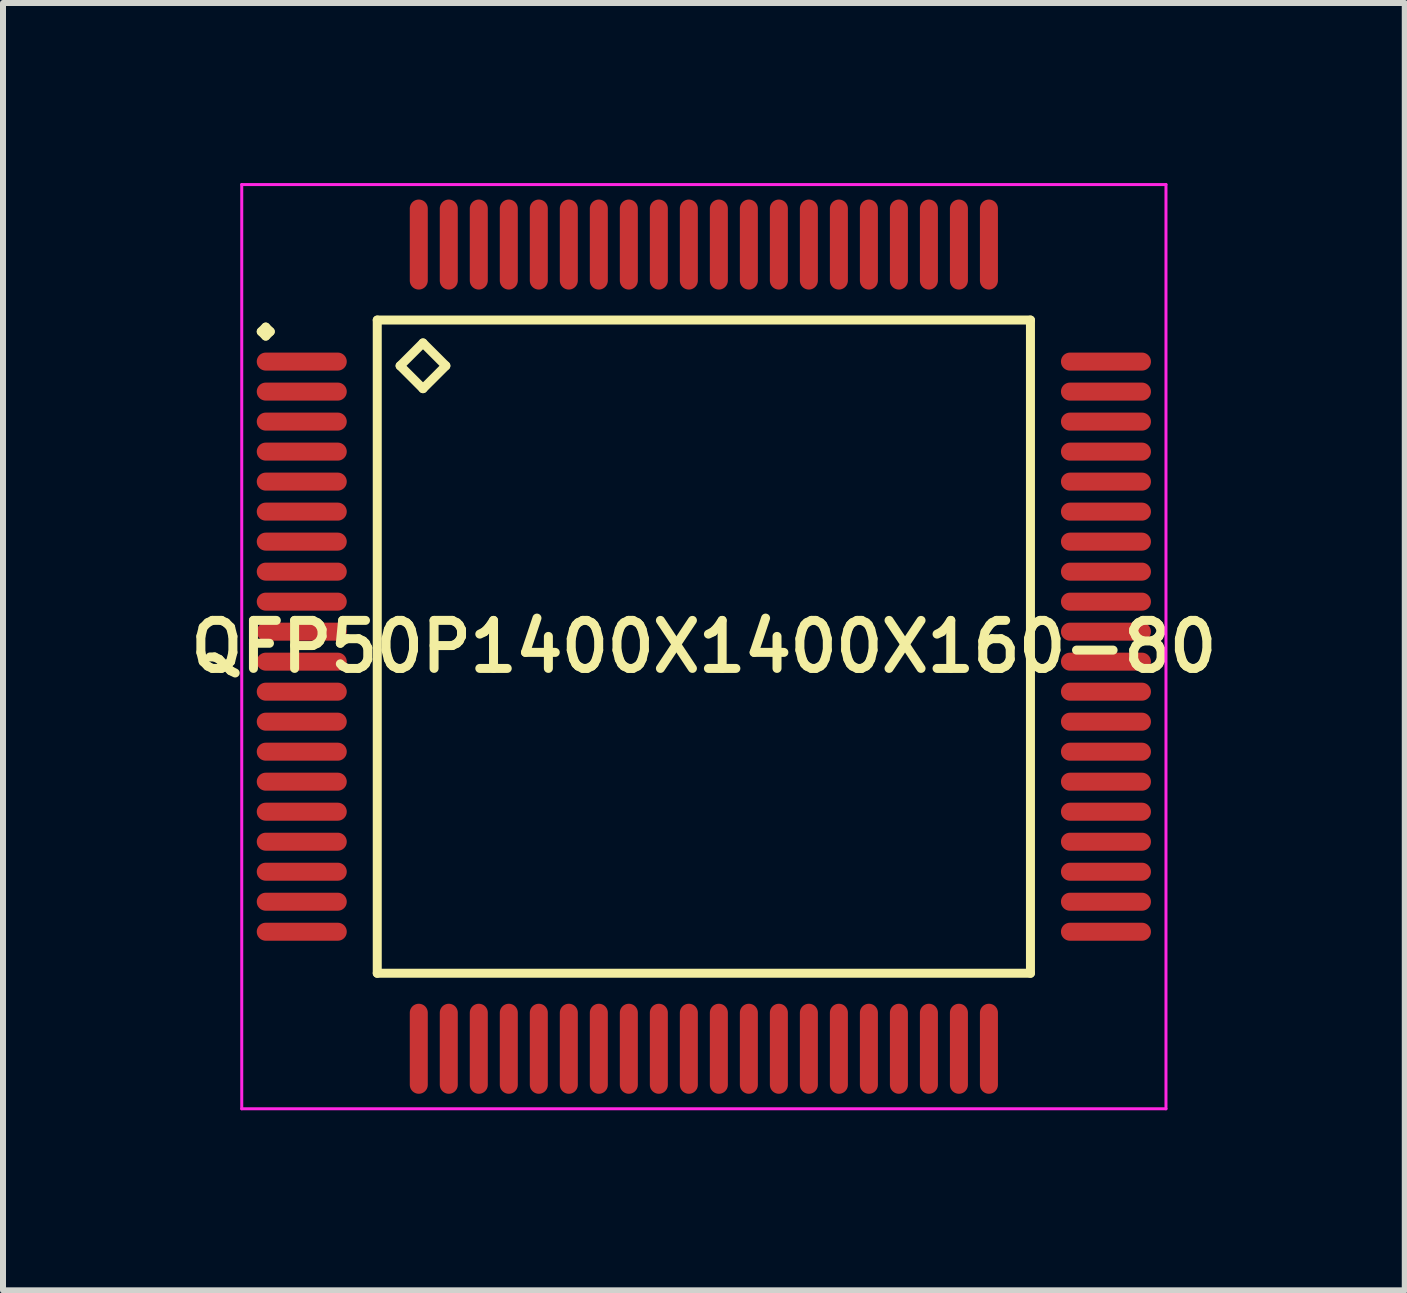
<source format=kicad_pcb>
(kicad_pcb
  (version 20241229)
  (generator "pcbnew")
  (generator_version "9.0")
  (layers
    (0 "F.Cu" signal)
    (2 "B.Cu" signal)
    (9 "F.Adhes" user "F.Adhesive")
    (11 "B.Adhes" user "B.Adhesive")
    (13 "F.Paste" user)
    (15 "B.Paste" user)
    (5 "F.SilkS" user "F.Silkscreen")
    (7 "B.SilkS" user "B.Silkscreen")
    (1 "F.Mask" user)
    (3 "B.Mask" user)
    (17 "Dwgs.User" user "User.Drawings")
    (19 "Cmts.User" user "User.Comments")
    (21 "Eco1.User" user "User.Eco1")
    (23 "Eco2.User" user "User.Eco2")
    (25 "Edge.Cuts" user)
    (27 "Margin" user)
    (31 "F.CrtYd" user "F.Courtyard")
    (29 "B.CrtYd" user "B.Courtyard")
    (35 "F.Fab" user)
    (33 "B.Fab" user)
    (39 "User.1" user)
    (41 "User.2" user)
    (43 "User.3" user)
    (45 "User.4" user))
  (footprint "QFP50P1400X1400X160-80"
    (layer "F.Cu")
    (at 8.678 7.725)
    (property "Reference" "QFP50P1400X1400X160-80" (at 0 0 0) (layer "F.SilkS") (effects (font (size 0.8 0.8) (thickness 0.15))))
    (attr smd)
    (fp_line (start -7.375 -5.25) (end -7.3 -5.325) (stroke (width 0.15) (type solid)) (layer "F.SilkS"))
    (fp_line (start -7.3 -5.325) (end -7.225 -5.25) (stroke (width 0.15) (type solid)) (layer "F.SilkS"))
    (fp_line (start -7.3 -5.175) (end -7.375 -5.25) (stroke (width 0.15) (type solid)) (layer "F.SilkS"))
    (fp_line (start -7.225 -5.25) (end -7.3 -5.175) (stroke (width 0.15) (type solid)) (layer "F.SilkS"))
    (fp_line (start -5.442 -5.442) (end -5.442 5.442) (stroke (width 0.15) (type solid)) (layer "F.SilkS"))
    (fp_line (start -5.442 5.442) (end 5.442 5.442) (stroke (width 0.15) (type solid)) (layer "F.SilkS"))
    (fp_line (start -5.061 -4.68) (end -4.68 -5.061) (stroke (width 0.15) (type solid)) (layer "F.SilkS"))
    (fp_line (start -4.68 -5.061) (end -4.299 -4.68) (stroke (width 0.15) (type solid)) (layer "F.SilkS"))
    (fp_line (start -4.68 -4.299) (end -5.061 -4.68) (stroke (width 0.15) (type solid)) (layer "F.SilkS"))
    (fp_line (start -4.299 -4.68) (end -4.68 -4.299) (stroke (width 0.15) (type solid)) (layer "F.SilkS"))
    (fp_line (start 5.442 -5.442) (end -5.442 -5.442) (stroke (width 0.15) (type solid)) (layer "F.SilkS"))
    (fp_line (start 5.442 5.442) (end 5.442 -5.442) (stroke (width 0.15) (type solid)) (layer "F.SilkS"))
    (fp_line (start -7.7 -7.7) (end 7.7 -7.7) (stroke (width 0.05) (type solid)) (layer "F.CrtYd"))
    (fp_line (start -7.7 7.7) (end -7.7 -7.7) (stroke (width 0.05) (type solid)) (layer "F.CrtYd"))
    (fp_line (start 7.7 -7.7) (end 7.7 7.7) (stroke (width 0.05) (type solid)) (layer "F.CrtYd"))
    (fp_line (start 7.7 7.7) (end -7.7 7.7) (stroke (width 0.05) (type solid)) (layer "F.CrtYd"))
    (pad "1" smd oval (at -6.7 -4.75) (size 1.5 0.3) (layers "F.Cu" "F.Mask" "F.Paste"))
    (pad "2" smd oval (at -6.7 -4.25) (size 1.5 0.3) (layers "F.Cu" "F.Mask" "F.Paste"))
    (pad "3" smd oval (at -6.7 -3.75) (size 1.5 0.3) (layers "F.Cu" "F.Mask" "F.Paste"))
    (pad "4" smd oval (at -6.7 -3.25) (size 1.5 0.3) (layers "F.Cu" "F.Mask" "F.Paste"))
    (pad "5" smd oval (at -6.7 -2.75) (size 1.5 0.3) (layers "F.Cu" "F.Mask" "F.Paste"))
    (pad "6" smd oval (at -6.7 -2.25) (size 1.5 0.3) (layers "F.Cu" "F.Mask" "F.Paste"))
    (pad "7" smd oval (at -6.7 -1.75) (size 1.5 0.3) (layers "F.Cu" "F.Mask" "F.Paste"))
    (pad "8" smd oval (at -6.7 -1.25) (size 1.5 0.3) (layers "F.Cu" "F.Mask" "F.Paste"))
    (pad "9" smd oval (at -6.7 -0.75) (size 1.5 0.3) (layers "F.Cu" "F.Mask" "F.Paste"))
    (pad "10" smd oval (at -6.7 -0.25) (size 1.5 0.3) (layers "F.Cu" "F.Mask" "F.Paste"))
    (pad "11" smd oval (at -6.7 0.25) (size 1.5 0.3) (layers "F.Cu" "F.Mask" "F.Paste"))
    (pad "12" smd oval (at -6.7 0.75) (size 1.5 0.3) (layers "F.Cu" "F.Mask" "F.Paste"))
    (pad "13" smd oval (at -6.7 1.25) (size 1.5 0.3) (layers "F.Cu" "F.Mask" "F.Paste"))
    (pad "14" smd oval (at -6.7 1.75) (size 1.5 0.3) (layers "F.Cu" "F.Mask" "F.Paste"))
    (pad "15" smd oval (at -6.7 2.25) (size 1.5 0.3) (layers "F.Cu" "F.Mask" "F.Paste"))
    (pad "16" smd oval (at -6.7 2.75) (size 1.5 0.3) (layers "F.Cu" "F.Mask" "F.Paste"))
    (pad "17" smd oval (at -6.7 3.25) (size 1.5 0.3) (layers "F.Cu" "F.Mask" "F.Paste"))
    (pad "18" smd oval (at -6.7 3.75) (size 1.5 0.3) (layers "F.Cu" "F.Mask" "F.Paste"))
    (pad "19" smd oval (at -6.7 4.25) (size 1.5 0.3) (layers "F.Cu" "F.Mask" "F.Paste"))
    (pad "20" smd oval (at -6.7 4.75) (size 1.5 0.3) (layers "F.Cu" "F.Mask" "F.Paste"))
    (pad "21" smd oval (at -4.75 6.7) (size 0.3 1.5) (layers "F.Cu" "F.Mask" "F.Paste"))
    (pad "22" smd oval (at -4.25 6.7) (size 0.3 1.5) (layers "F.Cu" "F.Mask" "F.Paste"))
    (pad "23" smd oval (at -3.75 6.7) (size 0.3 1.5) (layers "F.Cu" "F.Mask" "F.Paste"))
    (pad "24" smd oval (at -3.25 6.7) (size 0.3 1.5) (layers "F.Cu" "F.Mask" "F.Paste"))
    (pad "25" smd oval (at -2.75 6.7) (size 0.3 1.5) (layers "F.Cu" "F.Mask" "F.Paste"))
    (pad "26" smd oval (at -2.25 6.7) (size 0.3 1.5) (layers "F.Cu" "F.Mask" "F.Paste"))
    (pad "27" smd oval (at -1.75 6.7) (size 0.3 1.5) (layers "F.Cu" "F.Mask" "F.Paste"))
    (pad "28" smd oval (at -1.25 6.7) (size 0.3 1.5) (layers "F.Cu" "F.Mask" "F.Paste"))
    (pad "29" smd oval (at -0.75 6.7) (size 0.3 1.5) (layers "F.Cu" "F.Mask" "F.Paste"))
    (pad "30" smd oval (at -0.25 6.7) (size 0.3 1.5) (layers "F.Cu" "F.Mask" "F.Paste"))
    (pad "31" smd oval (at 0.25 6.7) (size 0.3 1.5) (layers "F.Cu" "F.Mask" "F.Paste"))
    (pad "32" smd oval (at 0.75 6.7) (size 0.3 1.5) (layers "F.Cu" "F.Mask" "F.Paste"))
    (pad "33" smd oval (at 1.25 6.7) (size 0.3 1.5) (layers "F.Cu" "F.Mask" "F.Paste"))
    (pad "34" smd oval (at 1.75 6.7) (size 0.3 1.5) (layers "F.Cu" "F.Mask" "F.Paste"))
    (pad "35" smd oval (at 2.25 6.7) (size 0.3 1.5) (layers "F.Cu" "F.Mask" "F.Paste"))
    (pad "36" smd oval (at 2.75 6.7) (size 0.3 1.5) (layers "F.Cu" "F.Mask" "F.Paste"))
    (pad "37" smd oval (at 3.25 6.7) (size 0.3 1.5) (layers "F.Cu" "F.Mask" "F.Paste"))
    (pad "38" smd oval (at 3.75 6.7) (size 0.3 1.5) (layers "F.Cu" "F.Mask" "F.Paste"))
    (pad "39" smd oval (at 4.25 6.7) (size 0.3 1.5) (layers "F.Cu" "F.Mask" "F.Paste"))
    (pad "40" smd oval (at 4.75 6.7) (size 0.3 1.5) (layers "F.Cu" "F.Mask" "F.Paste"))
    (pad "41" smd oval (at 6.7 4.75) (size 1.5 0.3) (layers "F.Cu" "F.Mask" "F.Paste"))
    (pad "42" smd oval (at 6.7 4.25) (size 1.5 0.3) (layers "F.Cu" "F.Mask" "F.Paste"))
    (pad "43" smd oval (at 6.7 3.75) (size 1.5 0.3) (layers "F.Cu" "F.Mask" "F.Paste"))
    (pad "44" smd oval (at 6.7 3.25) (size 1.5 0.3) (layers "F.Cu" "F.Mask" "F.Paste"))
    (pad "45" smd oval (at 6.7 2.75) (size 1.5 0.3) (layers "F.Cu" "F.Mask" "F.Paste"))
    (pad "46" smd oval (at 6.7 2.25) (size 1.5 0.3) (layers "F.Cu" "F.Mask" "F.Paste"))
    (pad "47" smd oval (at 6.7 1.75) (size 1.5 0.3) (layers "F.Cu" "F.Mask" "F.Paste"))
    (pad "48" smd oval (at 6.7 1.25) (size 1.5 0.3) (layers "F.Cu" "F.Mask" "F.Paste"))
    (pad "49" smd oval (at 6.7 0.75) (size 1.5 0.3) (layers "F.Cu" "F.Mask" "F.Paste"))
    (pad "50" smd oval (at 6.7 0.25) (size 1.5 0.3) (layers "F.Cu" "F.Mask" "F.Paste"))
    (pad "51" smd oval (at 6.7 -0.25) (size 1.5 0.3) (layers "F.Cu" "F.Mask" "F.Paste"))
    (pad "52" smd oval (at 6.7 -0.75) (size 1.5 0.3) (layers "F.Cu" "F.Mask" "F.Paste"))
    (pad "53" smd oval (at 6.7 -1.25) (size 1.5 0.3) (layers "F.Cu" "F.Mask" "F.Paste"))
    (pad "54" smd oval (at 6.7 -1.75) (size 1.5 0.3) (layers "F.Cu" "F.Mask" "F.Paste"))
    (pad "55" smd oval (at 6.7 -2.25) (size 1.5 0.3) (layers "F.Cu" "F.Mask" "F.Paste"))
    (pad "56" smd oval (at 6.7 -2.75) (size 1.5 0.3) (layers "F.Cu" "F.Mask" "F.Paste"))
    (pad "57" smd oval (at 6.7 -3.25) (size 1.5 0.3) (layers "F.Cu" "F.Mask" "F.Paste"))
    (pad "58" smd oval (at 6.7 -3.75) (size 1.5 0.3) (layers "F.Cu" "F.Mask" "F.Paste"))
    (pad "59" smd oval (at 6.7 -4.25) (size 1.5 0.3) (layers "F.Cu" "F.Mask" "F.Paste"))
    (pad "60" smd oval (at 6.7 -4.75) (size 1.5 0.3) (layers "F.Cu" "F.Mask" "F.Paste"))
    (pad "61" smd oval (at 4.75 -6.7) (size 0.3 1.5) (layers "F.Cu" "F.Mask" "F.Paste"))
    (pad "62" smd oval (at 4.25 -6.7) (size 0.3 1.5) (layers "F.Cu" "F.Mask" "F.Paste"))
    (pad "63" smd oval (at 3.75 -6.7) (size 0.3 1.5) (layers "F.Cu" "F.Mask" "F.Paste"))
    (pad "64" smd oval (at 3.25 -6.7) (size 0.3 1.5) (layers "F.Cu" "F.Mask" "F.Paste"))
    (pad "65" smd oval (at 2.75 -6.7) (size 0.3 1.5) (layers "F.Cu" "F.Mask" "F.Paste"))
    (pad "66" smd oval (at 2.25 -6.7) (size 0.3 1.5) (layers "F.Cu" "F.Mask" "F.Paste"))
    (pad "67" smd oval (at 1.75 -6.7) (size 0.3 1.5) (layers "F.Cu" "F.Mask" "F.Paste"))
    (pad "68" smd oval (at 1.25 -6.7) (size 0.3 1.5) (layers "F.Cu" "F.Mask" "F.Paste"))
    (pad "69" smd oval (at 0.75 -6.7) (size 0.3 1.5) (layers "F.Cu" "F.Mask" "F.Paste"))
    (pad "70" smd oval (at 0.25 -6.7) (size 0.3 1.5) (layers "F.Cu" "F.Mask" "F.Paste"))
    (pad "71" smd oval (at -0.25 -6.7) (size 0.3 1.5) (layers "F.Cu" "F.Mask" "F.Paste"))
    (pad "72" smd oval (at -0.75 -6.7) (size 0.3 1.5) (layers "F.Cu" "F.Mask" "F.Paste"))
    (pad "73" smd oval (at -1.25 -6.7) (size 0.3 1.5) (layers "F.Cu" "F.Mask" "F.Paste"))
    (pad "74" smd oval (at -1.75 -6.7) (size 0.3 1.5) (layers "F.Cu" "F.Mask" "F.Paste"))
    (pad "75" smd oval (at -2.25 -6.7) (size 0.3 1.5) (layers "F.Cu" "F.Mask" "F.Paste"))
    (pad "76" smd oval (at -2.75 -6.7) (size 0.3 1.5) (layers "F.Cu" "F.Mask" "F.Paste"))
    (pad "77" smd oval (at -3.25 -6.7) (size 0.3 1.5) (layers "F.Cu" "F.Mask" "F.Paste"))
    (pad "78" smd oval (at -3.75 -6.7) (size 0.3 1.5) (layers "F.Cu" "F.Mask" "F.Paste"))
    (pad "79" smd oval (at -4.25 -6.7) (size 0.3 1.5) (layers "F.Cu" "F.Mask" "F.Paste"))
    (pad "80" smd oval (at -4.75 -6.7) (size 0.3 1.5) (layers "F.Cu" "F.Mask" "F.Paste")))
  (gr_rect
    (start -3 -3)
    (end 20.357 18.45)
    (stroke (width 0.1) (type default))
    (fill no)
    (layer "Edge.Cuts")))
</source>
